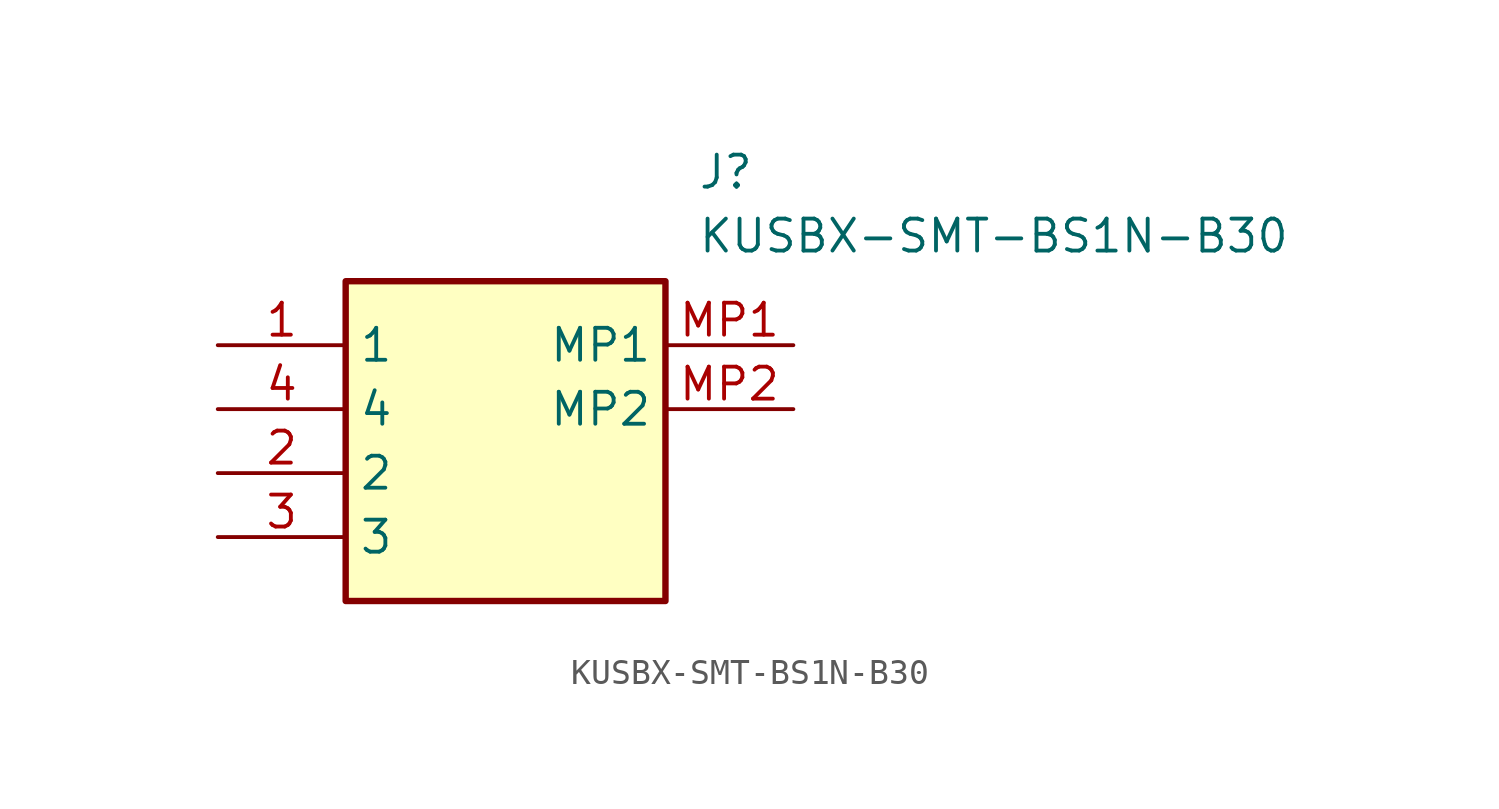
<source format=kicad_sym>
(kicad_symbol_lib
  (version 20211014)
  (generator SamacSys_ECAD_Model)
  (symbol "KUSBX-SMT-BS1N-B30"
    (property "Reference" "J"
      (at 19.05 7.62 0)
      (effects (font (size 1.27 1.27)) (justify left top)))
    (property "Value" "KUSBX-SMT-BS1N-B30"
      (at 19.05 5.08 0)
      (effects (font (size 1.27 1.27)) (justify left top)))
    (rectangle
      (start 5.08 2.54)
      (end 17.78 -10.16)
      (stroke (width 0.254) (type default))
      (fill (type background)))
    (pin passive line
      (at 0 0 0)
      (length 5.08)
      (name "1" (effects (font (size 1.27 1.27))))
      (number "1" (effects (font (size 1.27 1.27)))))
    (pin passive line
      (at 0 -5.08 0)
      (length 5.08)
      (name "2" (effects (font (size 1.27 1.27))))
      (number "2" (effects (font (size 1.27 1.27)))))
    (pin passive line
      (at 0 -7.62 0)
      (length 5.08)
      (name "3" (effects (font (size 1.27 1.27))))
      (number "3" (effects (font (size 1.27 1.27)))))
    (pin passive line
      (at 0 -2.54 0)
      (length 5.08)
      (name "4" (effects (font (size 1.27 1.27))))
      (number "4" (effects (font (size 1.27 1.27)))))
    (pin passive line
      (at 22.86 0 180)
      (length 5.08)
      (name "MP1" (effects (font (size 1.27 1.27))))
      (number "MP1" (effects (font (size 1.27 1.27)))))
    (pin passive line
      (at 22.86 -2.54 180)
      (length 5.08)
      (name "MP2" (effects (font (size 1.27 1.27))))
      (number "MP2" (effects (font (size 1.27 1.27)))))))
</source>
